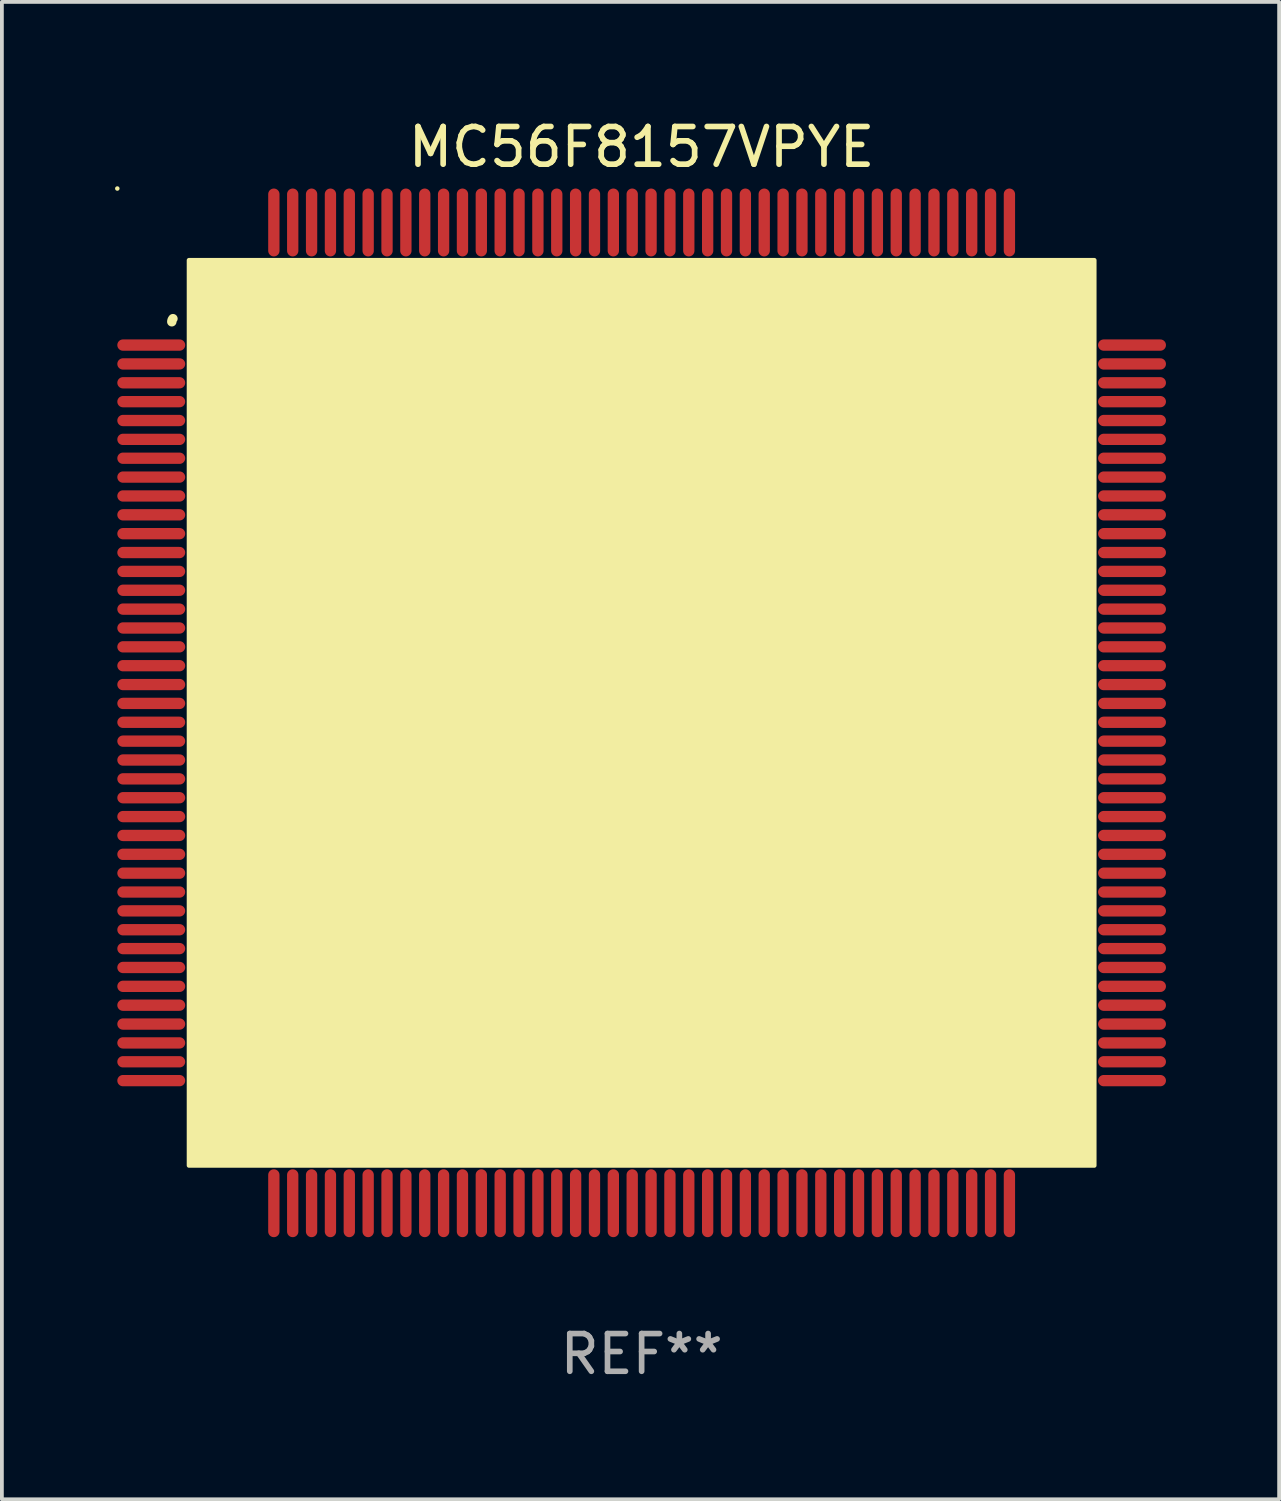
<source format=kicad_pcb>
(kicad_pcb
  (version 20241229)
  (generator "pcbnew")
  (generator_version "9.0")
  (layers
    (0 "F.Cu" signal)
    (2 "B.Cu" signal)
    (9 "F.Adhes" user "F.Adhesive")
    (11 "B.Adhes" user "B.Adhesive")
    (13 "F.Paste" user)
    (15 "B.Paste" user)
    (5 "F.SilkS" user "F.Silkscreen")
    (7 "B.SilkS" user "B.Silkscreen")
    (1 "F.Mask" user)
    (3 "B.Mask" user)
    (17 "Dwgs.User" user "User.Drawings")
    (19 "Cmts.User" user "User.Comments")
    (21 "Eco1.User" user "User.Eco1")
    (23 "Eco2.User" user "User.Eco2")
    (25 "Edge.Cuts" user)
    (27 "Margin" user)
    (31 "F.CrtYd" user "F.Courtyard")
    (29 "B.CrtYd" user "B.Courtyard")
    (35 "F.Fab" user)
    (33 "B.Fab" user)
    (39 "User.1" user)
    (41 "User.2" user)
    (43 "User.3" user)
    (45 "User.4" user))
  (footprint "MC56F8157VPYE"
    (layer "F.Cu")
    (at 13.96 15.848)
    (property "Reference" "MC56F8157VPYE" (at 0 -15 0) (layer "F.SilkS") (effects (font (size 1 1) (thickness 0.15))))
    (attr through_hole)
    (fp_arc (start -12.45555 -10.36792) (mid -12.447715 -10.411692) (end -12.42507 -10.449962) (stroke (width 0.249936) (type solid)) (layer "F.SilkS"))
    (fp_arc (start -9.968885 -10.145161) (mid -9.964159 -10.198324) (end -9.950089 -10.249809) (stroke (width 0.599949) (type solid)) (layer "F.SilkS"))
    (fp_circle (center -13.9 -13.9) (end -13.87 -13.9) (stroke (width 0.06) (type solid)) (fill no) (layer "F.SilkS"))
    (fp_poly (pts (xy -12 -12) (xy 12 -12) (xy 12 12) (xy -12 12)) (stroke (width 0.12) (type solid)) (fill yes) (layer "F.SilkS"))
    (fp_text user "REF**" (at 0 17 0) (layer "F.Fab") (effects (font (size 1 1) (thickness 0.15))))
    (pad "1" smd oval (at -13 -9.75) (size 1.8 0.3) (layers "F.Cu" "F.Mask" "F.Paste"))
    (pad "2" smd oval (at -13 -9.25) (size 1.8 0.3) (layers "F.Cu" "F.Mask" "F.Paste"))
    (pad "3" smd oval (at -13 -8.75) (size 1.8 0.3) (layers "F.Cu" "F.Mask" "F.Paste"))
    (pad "4" smd oval (at -13 -8.25) (size 1.8 0.3) (layers "F.Cu" "F.Mask" "F.Paste"))
    (pad "5" smd oval (at -13 -7.75) (size 1.8 0.3) (layers "F.Cu" "F.Mask" "F.Paste"))
    (pad "6" smd oval (at -13 -7.25) (size 1.8 0.3) (layers "F.Cu" "F.Mask" "F.Paste"))
    (pad "7" smd oval (at -13 -6.75) (size 1.8 0.3) (layers "F.Cu" "F.Mask" "F.Paste"))
    (pad "8" smd oval (at -13 -6.25) (size 1.8 0.3) (layers "F.Cu" "F.Mask" "F.Paste"))
    (pad "9" smd oval (at -13 -5.75) (size 1.8 0.3) (layers "F.Cu" "F.Mask" "F.Paste"))
    (pad "10" smd oval (at -13 -5.25) (size 1.8 0.3) (layers "F.Cu" "F.Mask" "F.Paste"))
    (pad "11" smd oval (at -13 -4.75) (size 1.8 0.3) (layers "F.Cu" "F.Mask" "F.Paste"))
    (pad "12" smd oval (at -13 -4.25) (size 1.8 0.3) (layers "F.Cu" "F.Mask" "F.Paste"))
    (pad "13" smd oval (at -13 -3.75) (size 1.8 0.3) (layers "F.Cu" "F.Mask" "F.Paste"))
    (pad "14" smd oval (at -13 -3.25) (size 1.8 0.3) (layers "F.Cu" "F.Mask" "F.Paste"))
    (pad "15" smd oval (at -13 -2.75) (size 1.8 0.3) (layers "F.Cu" "F.Mask" "F.Paste"))
    (pad "16" smd oval (at -13 -2.25) (size 1.8 0.3) (layers "F.Cu" "F.Mask" "F.Paste"))
    (pad "17" smd oval (at -13 -1.75) (size 1.8 0.3) (layers "F.Cu" "F.Mask" "F.Paste"))
    (pad "18" smd oval (at -13 -1.25) (size 1.8 0.3) (layers "F.Cu" "F.Mask" "F.Paste"))
    (pad "19" smd oval (at -13 -0.75) (size 1.8 0.3) (layers "F.Cu" "F.Mask" "F.Paste"))
    (pad "20" smd oval (at -13 -0.25) (size 1.8 0.3) (layers "F.Cu" "F.Mask" "F.Paste"))
    (pad "21" smd oval (at -13 0.25) (size 1.8 0.3) (layers "F.Cu" "F.Mask" "F.Paste"))
    (pad "22" smd oval (at -13 0.75) (size 1.8 0.3) (layers "F.Cu" "F.Mask" "F.Paste"))
    (pad "23" smd oval (at -13 1.25) (size 1.8 0.3) (layers "F.Cu" "F.Mask" "F.Paste"))
    (pad "24" smd oval (at -13 1.75) (size 1.8 0.3) (layers "F.Cu" "F.Mask" "F.Paste"))
    (pad "25" smd oval (at -13 2.25) (size 1.8 0.3) (layers "F.Cu" "F.Mask" "F.Paste"))
    (pad "26" smd oval (at -13 2.75) (size 1.8 0.3) (layers "F.Cu" "F.Mask" "F.Paste"))
    (pad "27" smd oval (at -13 3.25) (size 1.8 0.3) (layers "F.Cu" "F.Mask" "F.Paste"))
    (pad "28" smd oval (at -13 3.75) (size 1.8 0.3) (layers "F.Cu" "F.Mask" "F.Paste"))
    (pad "29" smd oval (at -13 4.25) (size 1.8 0.3) (layers "F.Cu" "F.Mask" "F.Paste"))
    (pad "30" smd oval (at -13 4.75) (size 1.8 0.3) (layers "F.Cu" "F.Mask" "F.Paste"))
    (pad "31" smd oval (at -13 5.25) (size 1.8 0.3) (layers "F.Cu" "F.Mask" "F.Paste"))
    (pad "32" smd oval (at -13 5.75) (size 1.8 0.3) (layers "F.Cu" "F.Mask" "F.Paste"))
    (pad "33" smd oval (at -13 6.25) (size 1.8 0.3) (layers "F.Cu" "F.Mask" "F.Paste"))
    (pad "34" smd oval (at -13 6.75) (size 1.8 0.3) (layers "F.Cu" "F.Mask" "F.Paste"))
    (pad "35" smd oval (at -13 7.25) (size 1.8 0.3) (layers "F.Cu" "F.Mask" "F.Paste"))
    (pad "36" smd oval (at -13 7.75) (size 1.8 0.3) (layers "F.Cu" "F.Mask" "F.Paste"))
    (pad "37" smd oval (at -13 8.25) (size 1.8 0.3) (layers "F.Cu" "F.Mask" "F.Paste"))
    (pad "38" smd oval (at -13 8.75) (size 1.8 0.3) (layers "F.Cu" "F.Mask" "F.Paste"))
    (pad "39" smd oval (at -13 9.25) (size 1.8 0.3) (layers "F.Cu" "F.Mask" "F.Paste"))
    (pad "40" smd oval (at -13 9.75) (size 1.8 0.3) (layers "F.Cu" "F.Mask" "F.Paste"))
    (pad "41" smd oval (at -9.75 13 90) (size 1.8 0.3) (layers "F.Cu" "F.Mask" "F.Paste"))
    (pad "42" smd oval (at -9.25 13 90) (size 1.8 0.3) (layers "F.Cu" "F.Mask" "F.Paste"))
    (pad "43" smd oval (at -8.75 13 90) (size 1.8 0.3) (layers "F.Cu" "F.Mask" "F.Paste"))
    (pad "44" smd oval (at -8.25 13 90) (size 1.8 0.3) (layers "F.Cu" "F.Mask" "F.Paste"))
    (pad "45" smd oval (at -7.75 13 90) (size 1.8 0.3) (layers "F.Cu" "F.Mask" "F.Paste"))
    (pad "46" smd oval (at -7.25 13 90) (size 1.8 0.3) (layers "F.Cu" "F.Mask" "F.Paste"))
    (pad "47" smd oval (at -6.75 13 90) (size 1.8 0.3) (layers "F.Cu" "F.Mask" "F.Paste"))
    (pad "48" smd oval (at -6.25 13 90) (size 1.8 0.3) (layers "F.Cu" "F.Mask" "F.Paste"))
    (pad "49" smd oval (at -5.75 13 90) (size 1.8 0.3) (layers "F.Cu" "F.Mask" "F.Paste"))
    (pad "50" smd oval (at -5.25 13 90) (size 1.8 0.3) (layers "F.Cu" "F.Mask" "F.Paste"))
    (pad "51" smd oval (at -4.75 13 90) (size 1.8 0.3) (layers "F.Cu" "F.Mask" "F.Paste"))
    (pad "52" smd oval (at -4.25 13 90) (size 1.8 0.3) (layers "F.Cu" "F.Mask" "F.Paste"))
    (pad "53" smd oval (at -3.75 13 90) (size 1.8 0.3) (layers "F.Cu" "F.Mask" "F.Paste"))
    (pad "54" smd oval (at -3.25 13 90) (size 1.8 0.3) (layers "F.Cu" "F.Mask" "F.Paste"))
    (pad "55" smd oval (at -2.75 13 90) (size 1.8 0.3) (layers "F.Cu" "F.Mask" "F.Paste"))
    (pad "56" smd oval (at -2.25 13 90) (size 1.8 0.3) (layers "F.Cu" "F.Mask" "F.Paste"))
    (pad "57" smd oval (at -1.75 13 90) (size 1.8 0.3) (layers "F.Cu" "F.Mask" "F.Paste"))
    (pad "58" smd oval (at -1.25 13 90) (size 1.8 0.3) (layers "F.Cu" "F.Mask" "F.Paste"))
    (pad "59" smd oval (at -0.75 13 90) (size 1.8 0.3) (layers "F.Cu" "F.Mask" "F.Paste"))
    (pad "60" smd oval (at -0.25 13 90) (size 1.8 0.3) (layers "F.Cu" "F.Mask" "F.Paste"))
    (pad "61" smd oval (at 0.25 13 90) (size 1.8 0.3) (layers "F.Cu" "F.Mask" "F.Paste"))
    (pad "62" smd oval (at 0.75 13 90) (size 1.8 0.3) (layers "F.Cu" "F.Mask" "F.Paste"))
    (pad "63" smd oval (at 1.25 13 90) (size 1.8 0.3) (layers "F.Cu" "F.Mask" "F.Paste"))
    (pad "64" smd oval (at 1.75 13 90) (size 1.8 0.3) (layers "F.Cu" "F.Mask" "F.Paste"))
    (pad "65" smd oval (at 2.25 13 90) (size 1.8 0.3) (layers "F.Cu" "F.Mask" "F.Paste"))
    (pad "66" smd oval (at 2.75 13 90) (size 1.8 0.3) (layers "F.Cu" "F.Mask" "F.Paste"))
    (pad "67" smd oval (at 3.25 13 90) (size 1.8 0.3) (layers "F.Cu" "F.Mask" "F.Paste"))
    (pad "68" smd oval (at 3.75 13 90) (size 1.8 0.3) (layers "F.Cu" "F.Mask" "F.Paste"))
    (pad "69" smd oval (at 4.25 13 90) (size 1.8 0.3) (layers "F.Cu" "F.Mask" "F.Paste"))
    (pad "70" smd oval (at 4.75 13 90) (size 1.8 0.3) (layers "F.Cu" "F.Mask" "F.Paste"))
    (pad "71" smd oval (at 5.25 13 90) (size 1.8 0.3) (layers "F.Cu" "F.Mask" "F.Paste"))
    (pad "72" smd oval (at 5.75 13 90) (size 1.8 0.3) (layers "F.Cu" "F.Mask" "F.Paste"))
    (pad "73" smd oval (at 6.25 13 90) (size 1.8 0.3) (layers "F.Cu" "F.Mask" "F.Paste"))
    (pad "74" smd oval (at 6.75 13 90) (size 1.8 0.3) (layers "F.Cu" "F.Mask" "F.Paste"))
    (pad "75" smd oval (at 7.25 13 90) (size 1.8 0.3) (layers "F.Cu" "F.Mask" "F.Paste"))
    (pad "76" smd oval (at 7.75 13 90) (size 1.8 0.3) (layers "F.Cu" "F.Mask" "F.Paste"))
    (pad "77" smd oval (at 8.25 13 90) (size 1.8 0.3) (layers "F.Cu" "F.Mask" "F.Paste"))
    (pad "78" smd oval (at 8.75 13 90) (size 1.8 0.3) (layers "F.Cu" "F.Mask" "F.Paste"))
    (pad "79" smd oval (at 9.25 13 90) (size 1.8 0.3) (layers "F.Cu" "F.Mask" "F.Paste"))
    (pad "80" smd oval (at 9.75 13 90) (size 1.8 0.3) (layers "F.Cu" "F.Mask" "F.Paste"))
    (pad "81" smd oval (at 13 9.75) (size 1.8 0.3) (layers "F.Cu" "F.Mask" "F.Paste"))
    (pad "82" smd oval (at 13 9.25) (size 1.8 0.3) (layers "F.Cu" "F.Mask" "F.Paste"))
    (pad "83" smd oval (at 13 8.75) (size 1.8 0.3) (layers "F.Cu" "F.Mask" "F.Paste"))
    (pad "84" smd oval (at 13 8.25) (size 1.8 0.3) (layers "F.Cu" "F.Mask" "F.Paste"))
    (pad "85" smd oval (at 13 7.75) (size 1.8 0.3) (layers "F.Cu" "F.Mask" "F.Paste"))
    (pad "86" smd oval (at 13 7.25) (size 1.8 0.3) (layers "F.Cu" "F.Mask" "F.Paste"))
    (pad "87" smd oval (at 13 6.75) (size 1.8 0.3) (layers "F.Cu" "F.Mask" "F.Paste"))
    (pad "88" smd oval (at 13 6.25) (size 1.8 0.3) (layers "F.Cu" "F.Mask" "F.Paste"))
    (pad "89" smd oval (at 13 5.75) (size 1.8 0.3) (layers "F.Cu" "F.Mask" "F.Paste"))
    (pad "90" smd oval (at 13 5.25) (size 1.8 0.3) (layers "F.Cu" "F.Mask" "F.Paste"))
    (pad "91" smd oval (at 13 4.75) (size 1.8 0.3) (layers "F.Cu" "F.Mask" "F.Paste"))
    (pad "92" smd oval (at 13 4.25) (size 1.8 0.3) (layers "F.Cu" "F.Mask" "F.Paste"))
    (pad "93" smd oval (at 13 3.75) (size 1.8 0.3) (layers "F.Cu" "F.Mask" "F.Paste"))
    (pad "94" smd oval (at 13 3.25) (size 1.8 0.3) (layers "F.Cu" "F.Mask" "F.Paste"))
    (pad "95" smd oval (at 13 2.75) (size 1.8 0.3) (layers "F.Cu" "F.Mask" "F.Paste"))
    (pad "96" smd oval (at 13 2.25) (size 1.8 0.3) (layers "F.Cu" "F.Mask" "F.Paste"))
    (pad "97" smd oval (at 13 1.75) (size 1.8 0.3) (layers "F.Cu" "F.Mask" "F.Paste"))
    (pad "98" smd oval (at 13 1.25) (size 1.8 0.3) (layers "F.Cu" "F.Mask" "F.Paste"))
    (pad "99" smd oval (at 13 0.75) (size 1.8 0.3) (layers "F.Cu" "F.Mask" "F.Paste"))
    (pad "100" smd oval (at 13 0.25) (size 1.8 0.3) (layers "F.Cu" "F.Mask" "F.Paste"))
    (pad "101" smd oval (at 13 -0.25) (size 1.8 0.3) (layers "F.Cu" "F.Mask" "F.Paste"))
    (pad "102" smd oval (at 13 -0.75) (size 1.8 0.3) (layers "F.Cu" "F.Mask" "F.Paste"))
    (pad "103" smd oval (at 13 -1.25) (size 1.8 0.3) (layers "F.Cu" "F.Mask" "F.Paste"))
    (pad "104" smd oval (at 13 -1.75) (size 1.8 0.3) (layers "F.Cu" "F.Mask" "F.Paste"))
    (pad "105" smd oval (at 13 -2.25) (size 1.8 0.3) (layers "F.Cu" "F.Mask" "F.Paste"))
    (pad "106" smd oval (at 13 -2.75) (size 1.8 0.3) (layers "F.Cu" "F.Mask" "F.Paste"))
    (pad "107" smd oval (at 13 -3.25) (size 1.8 0.3) (layers "F.Cu" "F.Mask" "F.Paste"))
    (pad "108" smd oval (at 13 -3.75) (size 1.8 0.3) (layers "F.Cu" "F.Mask" "F.Paste"))
    (pad "109" smd oval (at 13 -4.25) (size 1.8 0.3) (layers "F.Cu" "F.Mask" "F.Paste"))
    (pad "110" smd oval (at 13 -4.75) (size 1.8 0.3) (layers "F.Cu" "F.Mask" "F.Paste"))
    (pad "111" smd oval (at 13 -5.25) (size 1.8 0.3) (layers "F.Cu" "F.Mask" "F.Paste"))
    (pad "112" smd oval (at 13 -5.75) (size 1.8 0.3) (layers "F.Cu" "F.Mask" "F.Paste"))
    (pad "113" smd oval (at 13 -6.25) (size 1.8 0.3) (layers "F.Cu" "F.Mask" "F.Paste"))
    (pad "114" smd oval (at 13 -6.75) (size 1.8 0.3) (layers "F.Cu" "F.Mask" "F.Paste"))
    (pad "115" smd oval (at 13 -7.25) (size 1.8 0.3) (layers "F.Cu" "F.Mask" "F.Paste"))
    (pad "116" smd oval (at 13 -7.75) (size 1.8 0.3) (layers "F.Cu" "F.Mask" "F.Paste"))
    (pad "117" smd oval (at 13 -8.25) (size 1.8 0.3) (layers "F.Cu" "F.Mask" "F.Paste"))
    (pad "118" smd oval (at 13 -8.75) (size 1.8 0.3) (layers "F.Cu" "F.Mask" "F.Paste"))
    (pad "119" smd oval (at 13 -9.25) (size 1.8 0.3) (layers "F.Cu" "F.Mask" "F.Paste"))
    (pad "120" smd oval (at 13 -9.75) (size 1.8 0.3) (layers "F.Cu" "F.Mask" "F.Paste"))
    (pad "121" smd oval (at 9.75 -13 90) (size 1.8 0.3) (layers "F.Cu" "F.Mask" "F.Paste"))
    (pad "122" smd oval (at 9.25 -13 90) (size 1.8 0.3) (layers "F.Cu" "F.Mask" "F.Paste"))
    (pad "123" smd oval (at 8.75 -13 90) (size 1.8 0.3) (layers "F.Cu" "F.Mask" "F.Paste"))
    (pad "124" smd oval (at 8.25 -13 90) (size 1.8 0.3) (layers "F.Cu" "F.Mask" "F.Paste"))
    (pad "125" smd oval (at 7.75 -13 90) (size 1.8 0.3) (layers "F.Cu" "F.Mask" "F.Paste"))
    (pad "126" smd oval (at 7.25 -13 90) (size 1.8 0.3) (layers "F.Cu" "F.Mask" "F.Paste"))
    (pad "127" smd oval (at 6.75 -13 90) (size 1.8 0.3) (layers "F.Cu" "F.Mask" "F.Paste"))
    (pad "128" smd oval (at 6.25 -13 90) (size 1.8 0.3) (layers "F.Cu" "F.Mask" "F.Paste"))
    (pad "129" smd oval (at 5.75 -13 90) (size 1.8 0.3) (layers "F.Cu" "F.Mask" "F.Paste"))
    (pad "130" smd oval (at 5.25 -13 90) (size 1.8 0.3) (layers "F.Cu" "F.Mask" "F.Paste"))
    (pad "131" smd oval (at 4.75 -13 90) (size 1.8 0.3) (layers "F.Cu" "F.Mask" "F.Paste"))
    (pad "132" smd oval (at 4.25 -13 90) (size 1.8 0.3) (layers "F.Cu" "F.Mask" "F.Paste"))
    (pad "133" smd oval (at 3.75 -13 90) (size 1.8 0.3) (layers "F.Cu" "F.Mask" "F.Paste"))
    (pad "134" smd oval (at 3.25 -13 90) (size 1.8 0.3) (layers "F.Cu" "F.Mask" "F.Paste"))
    (pad "135" smd oval (at 2.75 -13 90) (size 1.8 0.3) (layers "F.Cu" "F.Mask" "F.Paste"))
    (pad "136" smd oval (at 2.25 -13 90) (size 1.8 0.3) (layers "F.Cu" "F.Mask" "F.Paste"))
    (pad "137" smd oval (at 1.75 -13 90) (size 1.8 0.3) (layers "F.Cu" "F.Mask" "F.Paste"))
    (pad "138" smd oval (at 1.25 -13 90) (size 1.8 0.3) (layers "F.Cu" "F.Mask" "F.Paste"))
    (pad "139" smd oval (at 0.75 -13 90) (size 1.8 0.3) (layers "F.Cu" "F.Mask" "F.Paste"))
    (pad "140" smd oval (at 0.25 -13 90) (size 1.8 0.3) (layers "F.Cu" "F.Mask" "F.Paste"))
    (pad "141" smd oval (at -0.25 -13 90) (size 1.8 0.3) (layers "F.Cu" "F.Mask" "F.Paste"))
    (pad "142" smd oval (at -0.75 -13 90) (size 1.8 0.3) (layers "F.Cu" "F.Mask" "F.Paste"))
    (pad "143" smd oval (at -1.25 -13 90) (size 1.8 0.3) (layers "F.Cu" "F.Mask" "F.Paste"))
    (pad "144" smd oval (at -1.75 -13 90) (size 1.8 0.3) (layers "F.Cu" "F.Mask" "F.Paste"))
    (pad "145" smd oval (at -2.25 -13 90) (size 1.8 0.3) (layers "F.Cu" "F.Mask" "F.Paste"))
    (pad "146" smd oval (at -2.75 -13 90) (size 1.8 0.3) (layers "F.Cu" "F.Mask" "F.Paste"))
    (pad "147" smd oval (at -3.25 -13 90) (size 1.8 0.3) (layers "F.Cu" "F.Mask" "F.Paste"))
    (pad "148" smd oval (at -3.75 -13 90) (size 1.8 0.3) (layers "F.Cu" "F.Mask" "F.Paste"))
    (pad "149" smd oval (at -4.25 -13 90) (size 1.8 0.3) (layers "F.Cu" "F.Mask" "F.Paste"))
    (pad "150" smd oval (at -4.75 -13 90) (size 1.8 0.3) (layers "F.Cu" "F.Mask" "F.Paste"))
    (pad "151" smd oval (at -5.25 -13 90) (size 1.8 0.3) (layers "F.Cu" "F.Mask" "F.Paste"))
    (pad "152" smd oval (at -5.75 -13 90) (size 1.8 0.3) (layers "F.Cu" "F.Mask" "F.Paste"))
    (pad "153" smd oval (at -6.25 -13 90) (size 1.8 0.3) (layers "F.Cu" "F.Mask" "F.Paste"))
    (pad "154" smd oval (at -6.75 -13 90) (size 1.8 0.3) (layers "F.Cu" "F.Mask" "F.Paste"))
    (pad "155" smd oval (at -7.25 -13 90) (size 1.8 0.3) (layers "F.Cu" "F.Mask" "F.Paste"))
    (pad "156" smd oval (at -7.75 -13 90) (size 1.8 0.3) (layers "F.Cu" "F.Mask" "F.Paste"))
    (pad "157" smd oval (at -8.25 -13 90) (size 1.8 0.3) (layers "F.Cu" "F.Mask" "F.Paste"))
    (pad "158" smd oval (at -8.75 -13 90) (size 1.8 0.3) (layers "F.Cu" "F.Mask" "F.Paste"))
    (pad "159" smd oval (at -9.25 -13 90) (size 1.8 0.3) (layers "F.Cu" "F.Mask" "F.Paste"))
    (pad "160" smd oval (at -9.75 -13 90) (size 1.8 0.3) (layers "F.Cu" "F.Mask" "F.Paste")))
  (gr_rect
    (start -3 -3)
    (end 30.86 36.697)
    (stroke (width 0.1) (type default))
    (fill no)
    (layer "Edge.Cuts")))
</source>
